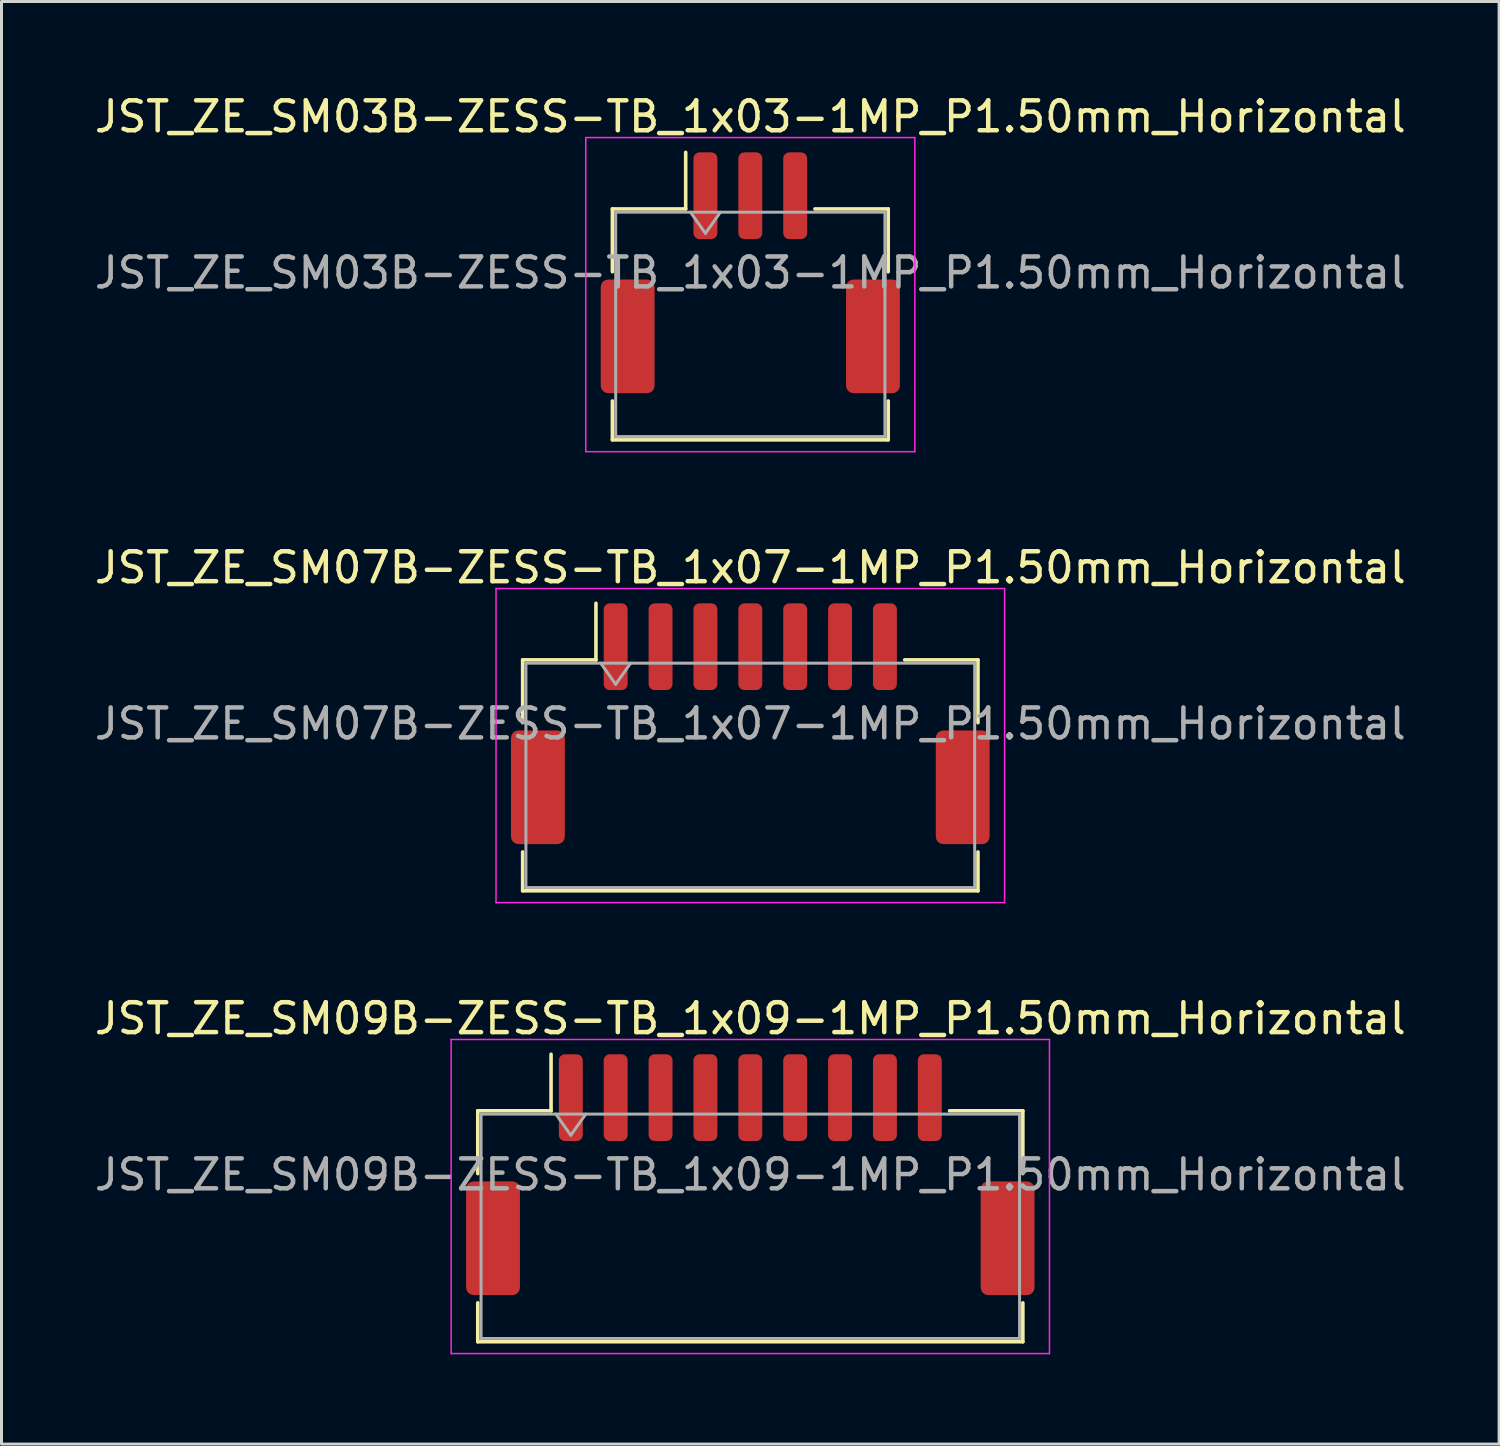
<source format=kicad_pcb>
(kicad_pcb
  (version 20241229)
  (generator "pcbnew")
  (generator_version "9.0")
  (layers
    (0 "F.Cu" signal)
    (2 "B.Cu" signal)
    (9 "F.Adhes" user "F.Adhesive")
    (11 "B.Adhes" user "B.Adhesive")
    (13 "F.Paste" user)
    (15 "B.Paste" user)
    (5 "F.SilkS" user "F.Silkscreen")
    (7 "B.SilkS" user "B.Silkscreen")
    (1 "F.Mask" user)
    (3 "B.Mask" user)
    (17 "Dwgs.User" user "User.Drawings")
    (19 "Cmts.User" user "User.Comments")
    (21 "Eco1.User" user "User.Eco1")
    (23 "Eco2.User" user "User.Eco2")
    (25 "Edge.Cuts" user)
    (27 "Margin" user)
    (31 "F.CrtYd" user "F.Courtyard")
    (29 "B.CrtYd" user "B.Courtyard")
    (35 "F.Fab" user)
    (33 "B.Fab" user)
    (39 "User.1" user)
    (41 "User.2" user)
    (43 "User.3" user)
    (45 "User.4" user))
  (footprint "JST_ZE_SM09B-ZESS-TB_1x09-1MP_P1.50mm_Horizontal"
    (layer "F.Cu")
    (at 22.03 36.215)
    (property "Reference" "JST_ZE_SM09B-ZESS-TB_1x09-1MP_P1.50mm_Horizontal" (at 0 -5.22 0) (layer "F.SilkS") (effects (font (size 1 1) (thickness 0.15))))
    (attr smd)
    (fp_line (start -9.11 -2.135) (end -6.66 -2.135) (stroke (width 0.12) (type solid)) (layer "F.SilkS"))
    (fp_line (start -9.11 -0.035) (end -9.11 -2.135) (stroke (width 0.12) (type solid)) (layer "F.SilkS"))
    (fp_line (start -9.11 4.285) (end -9.11 5.585) (stroke (width 0.12) (type solid)) (layer "F.SilkS"))
    (fp_line (start -9.11 5.585) (end 9.11 5.585) (stroke (width 0.12) (type solid)) (layer "F.SilkS"))
    (fp_line (start -6.66 -2.135) (end -6.66 -4.025) (stroke (width 0.12) (type solid)) (layer "F.SilkS"))
    (fp_line (start 9.11 -2.135) (end 6.66 -2.135) (stroke (width 0.12) (type solid)) (layer "F.SilkS"))
    (fp_line (start 9.11 -0.035) (end 9.11 -2.135) (stroke (width 0.12) (type solid)) (layer "F.SilkS"))
    (fp_line (start 9.11 5.585) (end 9.11 4.285) (stroke (width 0.12) (type solid)) (layer "F.SilkS"))
    (fp_line (start -10 -4.52) (end -10 5.98) (stroke (width 0.05) (type solid)) (layer "F.CrtYd"))
    (fp_line (start -10 5.98) (end 10 5.98) (stroke (width 0.05) (type solid)) (layer "F.CrtYd"))
    (fp_line (start 10 -4.52) (end -10 -4.52) (stroke (width 0.05) (type solid)) (layer "F.CrtYd"))
    (fp_line (start 10 5.98) (end 10 -4.52) (stroke (width 0.05) (type solid)) (layer "F.CrtYd"))
    (fp_line (start -9 -2.025) (end -9 5.475) (stroke (width 0.1) (type solid)) (layer "F.Fab"))
    (fp_line (start -9 -2.025) (end 9 -2.025) (stroke (width 0.1) (type solid)) (layer "F.Fab"))
    (fp_line (start -9 5.475) (end 9 5.475) (stroke (width 0.1) (type solid)) (layer "F.Fab"))
    (fp_line (start -6.5 -2.025) (end -6 -1.318) (stroke (width 0.1) (type solid)) (layer "F.Fab"))
    (fp_line (start -6 -1.318) (end -5.5 -2.025) (stroke (width 0.1) (type solid)) (layer "F.Fab"))
    (fp_line (start 9 -2.025) (end 9 5.475) (stroke (width 0.1) (type solid)) (layer "F.Fab"))
    (fp_text user "${REFERENCE}" (at 0 0 0) (layer "F.Fab") (effects (font (size 1 1) (thickness 0.15))))
    (pad "1" smd roundrect (at -6 -2.575) (size 0.8 2.9) (layers "F.Cu" "F.Mask" "F.Paste") (roundrect_rratio 0.25))
    (pad "2" smd roundrect (at -4.5 -2.575) (size 0.8 2.9) (layers "F.Cu" "F.Mask" "F.Paste") (roundrect_rratio 0.25))
    (pad "3" smd roundrect (at -3 -2.575) (size 0.8 2.9) (layers "F.Cu" "F.Mask" "F.Paste") (roundrect_rratio 0.25))
    (pad "4" smd roundrect (at -1.5 -2.575) (size 0.8 2.9) (layers "F.Cu" "F.Mask" "F.Paste") (roundrect_rratio 0.25))
    (pad "5" smd roundrect (at 0 -2.575) (size 0.8 2.9) (layers "F.Cu" "F.Mask" "F.Paste") (roundrect_rratio 0.25))
    (pad "6" smd roundrect (at 1.5 -2.575) (size 0.8 2.9) (layers "F.Cu" "F.Mask" "F.Paste") (roundrect_rratio 0.25))
    (pad "7" smd roundrect (at 3 -2.575) (size 0.8 2.9) (layers "F.Cu" "F.Mask" "F.Paste") (roundrect_rratio 0.25))
    (pad "8" smd roundrect (at 4.5 -2.575) (size 0.8 2.9) (layers "F.Cu" "F.Mask" "F.Paste") (roundrect_rratio 0.25))
    (pad "9" smd roundrect (at 6 -2.575) (size 0.8 2.9) (layers "F.Cu" "F.Mask" "F.Paste") (roundrect_rratio 0.25))
    (pad "MP" smd roundrect (at -8.6 2.125) (size 1.8 3.8) (layers "F.Cu" "F.Mask" "F.Paste") (roundrect_rratio 0.139))
    (pad "MP" smd roundrect (at 8.6 2.125) (size 1.8 3.8) (layers "F.Cu" "F.Mask" "F.Paste") (roundrect_rratio 0.139)))
  (footprint "JST_ZE_SM07B-ZESS-TB_1x07-1MP_P1.50mm_Horizontal"
    (layer "F.Cu")
    (at 22.03 21.142)
    (property "Reference" "JST_ZE_SM07B-ZESS-TB_1x07-1MP_P1.50mm_Horizontal" (at 0 -5.22 0) (layer "F.SilkS") (effects (font (size 1 1) (thickness 0.15))))
    (attr smd)
    (fp_line (start -7.61 -2.135) (end -5.16 -2.135) (stroke (width 0.12) (type solid)) (layer "F.SilkS"))
    (fp_line (start -7.61 -0.035) (end -7.61 -2.135) (stroke (width 0.12) (type solid)) (layer "F.SilkS"))
    (fp_line (start -7.61 4.285) (end -7.61 5.585) (stroke (width 0.12) (type solid)) (layer "F.SilkS"))
    (fp_line (start -7.61 5.585) (end 7.61 5.585) (stroke (width 0.12) (type solid)) (layer "F.SilkS"))
    (fp_line (start -5.16 -2.135) (end -5.16 -4.025) (stroke (width 0.12) (type solid)) (layer "F.SilkS"))
    (fp_line (start 7.61 -2.135) (end 5.16 -2.135) (stroke (width 0.12) (type solid)) (layer "F.SilkS"))
    (fp_line (start 7.61 -0.035) (end 7.61 -2.135) (stroke (width 0.12) (type solid)) (layer "F.SilkS"))
    (fp_line (start 7.61 5.585) (end 7.61 4.285) (stroke (width 0.12) (type solid)) (layer "F.SilkS"))
    (fp_line (start -8.5 -4.52) (end -8.5 5.98) (stroke (width 0.05) (type solid)) (layer "F.CrtYd"))
    (fp_line (start -8.5 5.98) (end 8.5 5.98) (stroke (width 0.05) (type solid)) (layer "F.CrtYd"))
    (fp_line (start 8.5 -4.52) (end -8.5 -4.52) (stroke (width 0.05) (type solid)) (layer "F.CrtYd"))
    (fp_line (start 8.5 5.98) (end 8.5 -4.52) (stroke (width 0.05) (type solid)) (layer "F.CrtYd"))
    (fp_line (start -7.5 -2.025) (end -7.5 5.475) (stroke (width 0.1) (type solid)) (layer "F.Fab"))
    (fp_line (start -7.5 -2.025) (end 7.5 -2.025) (stroke (width 0.1) (type solid)) (layer "F.Fab"))
    (fp_line (start -7.5 5.475) (end 7.5 5.475) (stroke (width 0.1) (type solid)) (layer "F.Fab"))
    (fp_line (start -5 -2.025) (end -4.5 -1.318) (stroke (width 0.1) (type solid)) (layer "F.Fab"))
    (fp_line (start -4.5 -1.318) (end -4 -2.025) (stroke (width 0.1) (type solid)) (layer "F.Fab"))
    (fp_line (start 7.5 -2.025) (end 7.5 5.475) (stroke (width 0.1) (type solid)) (layer "F.Fab"))
    (fp_text user "${REFERENCE}" (at 0 0 0) (layer "F.Fab") (effects (font (size 1 1) (thickness 0.15))))
    (pad "1" smd roundrect (at -4.5 -2.575) (size 0.8 2.9) (layers "F.Cu" "F.Mask" "F.Paste") (roundrect_rratio 0.25))
    (pad "2" smd roundrect (at -3 -2.575) (size 0.8 2.9) (layers "F.Cu" "F.Mask" "F.Paste") (roundrect_rratio 0.25))
    (pad "3" smd roundrect (at -1.5 -2.575) (size 0.8 2.9) (layers "F.Cu" "F.Mask" "F.Paste") (roundrect_rratio 0.25))
    (pad "4" smd roundrect (at 0 -2.575) (size 0.8 2.9) (layers "F.Cu" "F.Mask" "F.Paste") (roundrect_rratio 0.25))
    (pad "5" smd roundrect (at 1.5 -2.575) (size 0.8 2.9) (layers "F.Cu" "F.Mask" "F.Paste") (roundrect_rratio 0.25))
    (pad "6" smd roundrect (at 3 -2.575) (size 0.8 2.9) (layers "F.Cu" "F.Mask" "F.Paste") (roundrect_rratio 0.25))
    (pad "7" smd roundrect (at 4.5 -2.575) (size 0.8 2.9) (layers "F.Cu" "F.Mask" "F.Paste") (roundrect_rratio 0.25))
    (pad "MP" smd roundrect (at -7.1 2.125) (size 1.8 3.8) (layers "F.Cu" "F.Mask" "F.Paste") (roundrect_rratio 0.139))
    (pad "MP" smd roundrect (at 7.1 2.125) (size 1.8 3.8) (layers "F.Cu" "F.Mask" "F.Paste") (roundrect_rratio 0.139)))
  (footprint "JST_ZE_SM03B-ZESS-TB_1x03-1MP_P1.50mm_Horizontal"
    (layer "F.Cu")
    (at 22.03 6.068)
    (property "Reference" "JST_ZE_SM03B-ZESS-TB_1x03-1MP_P1.50mm_Horizontal" (at 0 -5.22 0) (layer "F.SilkS") (effects (font (size 1 1) (thickness 0.15))))
    (attr smd)
    (fp_line (start -4.61 -2.135) (end -2.16 -2.135) (stroke (width 0.12) (type solid)) (layer "F.SilkS"))
    (fp_line (start -4.61 -0.035) (end -4.61 -2.135) (stroke (width 0.12) (type solid)) (layer "F.SilkS"))
    (fp_line (start -4.61 4.285) (end -4.61 5.585) (stroke (width 0.12) (type solid)) (layer "F.SilkS"))
    (fp_line (start -4.61 5.585) (end 4.61 5.585) (stroke (width 0.12) (type solid)) (layer "F.SilkS"))
    (fp_line (start -2.16 -2.135) (end -2.16 -4.025) (stroke (width 0.12) (type solid)) (layer "F.SilkS"))
    (fp_line (start 4.61 -2.135) (end 2.16 -2.135) (stroke (width 0.12) (type solid)) (layer "F.SilkS"))
    (fp_line (start 4.61 -0.035) (end 4.61 -2.135) (stroke (width 0.12) (type solid)) (layer "F.SilkS"))
    (fp_line (start 4.61 5.585) (end 4.61 4.285) (stroke (width 0.12) (type solid)) (layer "F.SilkS"))
    (fp_line (start -5.5 -4.52) (end -5.5 5.98) (stroke (width 0.05) (type solid)) (layer "F.CrtYd"))
    (fp_line (start -5.5 5.98) (end 5.5 5.98) (stroke (width 0.05) (type solid)) (layer "F.CrtYd"))
    (fp_line (start 5.5 -4.52) (end -5.5 -4.52) (stroke (width 0.05) (type solid)) (layer "F.CrtYd"))
    (fp_line (start 5.5 5.98) (end 5.5 -4.52) (stroke (width 0.05) (type solid)) (layer "F.CrtYd"))
    (fp_line (start -4.5 -2.025) (end -4.5 5.475) (stroke (width 0.1) (type solid)) (layer "F.Fab"))
    (fp_line (start -4.5 -2.025) (end 4.5 -2.025) (stroke (width 0.1) (type solid)) (layer "F.Fab"))
    (fp_line (start -4.5 5.475) (end 4.5 5.475) (stroke (width 0.1) (type solid)) (layer "F.Fab"))
    (fp_line (start -2 -2.025) (end -1.5 -1.318) (stroke (width 0.1) (type solid)) (layer "F.Fab"))
    (fp_line (start -1.5 -1.318) (end -1 -2.025) (stroke (width 0.1) (type solid)) (layer "F.Fab"))
    (fp_line (start 4.5 -2.025) (end 4.5 5.475) (stroke (width 0.1) (type solid)) (layer "F.Fab"))
    (fp_text user "${REFERENCE}" (at 0 0 0) (layer "F.Fab") (effects (font (size 1 1) (thickness 0.15))))
    (pad "1" smd roundrect (at -1.5 -2.575) (size 0.8 2.9) (layers "F.Cu" "F.Mask" "F.Paste") (roundrect_rratio 0.25))
    (pad "2" smd roundrect (at 0 -2.575) (size 0.8 2.9) (layers "F.Cu" "F.Mask" "F.Paste") (roundrect_rratio 0.25))
    (pad "3" smd roundrect (at 1.5 -2.575) (size 0.8 2.9) (layers "F.Cu" "F.Mask" "F.Paste") (roundrect_rratio 0.25))
    (pad "MP" smd roundrect (at -4.1 2.125) (size 1.8 3.8) (layers "F.Cu" "F.Mask" "F.Paste") (roundrect_rratio 0.139))
    (pad "MP" smd roundrect (at 4.1 2.125) (size 1.8 3.8) (layers "F.Cu" "F.Mask" "F.Paste") (roundrect_rratio 0.139)))
  (gr_rect
    (start -3 -3)
    (end 47.06 45.22)
    (stroke (width 0.1) (type default))
    (fill no)
    (layer "Edge.Cuts")))
</source>
